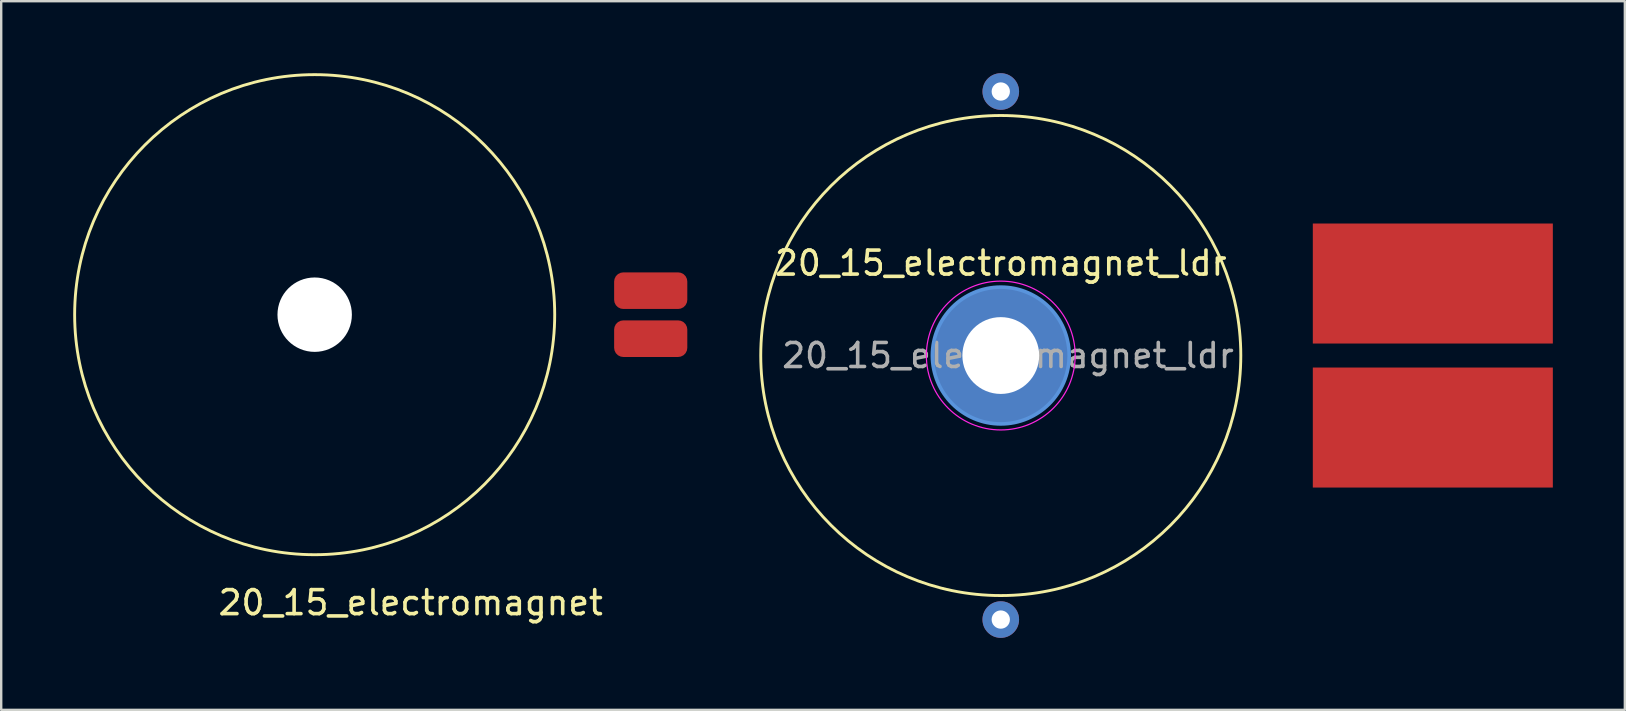
<source format=kicad_pcb>
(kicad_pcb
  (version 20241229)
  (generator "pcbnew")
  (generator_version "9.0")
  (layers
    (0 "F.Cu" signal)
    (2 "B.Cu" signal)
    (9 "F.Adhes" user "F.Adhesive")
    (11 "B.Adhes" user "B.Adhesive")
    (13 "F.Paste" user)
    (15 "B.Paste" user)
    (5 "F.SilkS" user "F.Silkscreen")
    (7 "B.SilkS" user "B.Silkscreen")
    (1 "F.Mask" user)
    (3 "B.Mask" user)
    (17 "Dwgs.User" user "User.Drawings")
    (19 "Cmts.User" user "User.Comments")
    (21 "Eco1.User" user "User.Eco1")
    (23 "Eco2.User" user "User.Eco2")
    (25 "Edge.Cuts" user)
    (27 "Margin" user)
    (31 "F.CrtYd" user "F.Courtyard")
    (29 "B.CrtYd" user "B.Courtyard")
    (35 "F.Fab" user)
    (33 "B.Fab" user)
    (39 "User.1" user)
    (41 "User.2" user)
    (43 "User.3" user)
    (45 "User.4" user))
  (footprint "20_15_electromagnet"
    (layer "F.Cu")
    (at 10.06 10.06)
    (property "Reference" "20_15_electromagnet" (at 4 12 0) (layer "F.SilkS") (effects (font (size 1 1) (thickness 0.15))))
    (attr through_hole)
    (fp_circle (center 0 0) (end 10 0) (stroke (width 0.12) (type solid)) (fill no) (layer "F.SilkS"))
    (pad "" np_thru_hole circle (at 0 0) (size 3.1 3.1) (drill 3.1) (layers "*.Cu" "*.Mask"))
    (pad "1" connect roundrect (at 14 -1) (size 3.048 1.524) (layers "F.Cu" "F.Mask") (roundrect_rratio 0.25))
    (pad "2" connect roundrect (at 14 1) (size 3.048 1.524) (layers "F.Cu" "F.Mask") (roundrect_rratio 0.25)))
  (footprint "20_15_electromagnet_ldr"
    (layer "F.Cu")
    (at 38.644 11.762)
    (property "Reference" "20_15_electromagnet_ldr" (at 0 -3.85 0) (layer "F.SilkS") (effects (font (size 1 1) (thickness 0.15))))
    (attr exclude_from_pos_files exclude_from_bom)
    (fp_circle (center 0 0) (end 10 0) (stroke (width 0.12) (type solid)) (fill no) (layer "F.SilkS"))
    (fp_circle (center 0 0) (end 2.85 0) (stroke (width 0.15) (type solid)) (fill no) (layer "Cmts.User"))
    (fp_circle (center 0 0) (end 3.1 0) (stroke (width 0.05) (type solid)) (fill no) (layer "F.CrtYd"))
    (fp_text user "${REFERENCE}" (at 0.3 0 0) (layer "F.Fab") (effects (font (size 1 1) (thickness 0.15))))
    (pad "" thru_hole circle (at 0 0) (size 5.7 5.7) (drill 3.2) (layers "*.Cu" "*.Mask"))
    (pad "1" connect rect (at 18 -3) (size 10 5) (layers "F.Cu" "F.Mask"))
    (pad "2" connect rect (at 18 3) (size 10 5) (layers "F.Cu" "F.Mask"))
    (pad "3" thru_hole circle (at 0 -11) (size 1.524 1.524) (drill 0.762) (layers "*.Cu" "*.Mask"))
    (pad "4" thru_hole circle (at 0 11) (size 1.524 1.524) (drill 0.762) (layers "*.Cu" "*.Mask")))
  (gr_rect
    (start -3 -3)
    (end 64.644 26.524)
    (stroke (width 0.1) (type default))
    (fill no)
    (layer "Edge.Cuts")))
</source>
